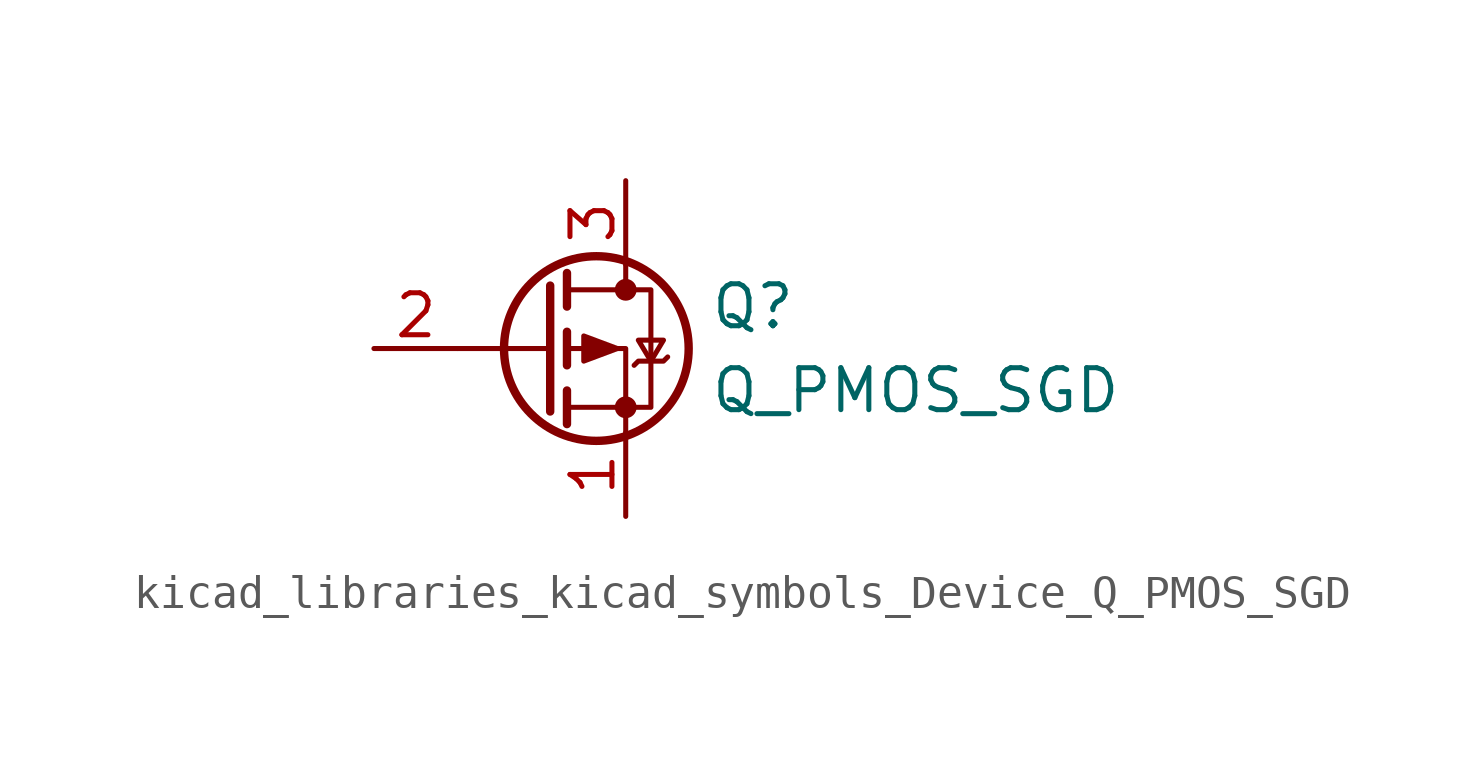
<source format=kicad_sym>
(kicad_symbol_lib
  (version 20220914)
  (generator kicad_symbol_editor)
  (symbol "kicad_libraries_kicad_symbols_Device_Q_PMOS_SGD"
    (pin_names
      (offset 0) hide)
    (property "Reference" "Q"
      (at 5.08 1.27 0)
      (effects (font (size 1.27 1.27)) (justify left)))
    (property "Value" "Q_PMOS_SGD"
      (at 5.08 -1.27 0)
      (effects (font (size 1.27 1.27)) (justify left)))
    (symbol "kicad_libraries_kicad_symbols_Device_Q_PMOS_SGD_0_1"
      (polyline (pts (xy 0.254 0) (xy -2.54 0)) (stroke (width 0) (type default)) (fill (type none)))
      (polyline (pts (xy 0.254 1.905) (xy 0.254 -1.905)) (stroke (width 0.254) (type default)) (fill (type none)))
      (polyline (pts (xy 0.762 -1.27) (xy 0.762 -2.286)) (stroke (width 0.254) (type default)) (fill (type none)))
      (polyline (pts (xy 0.762 0.508) (xy 0.762 -0.508)) (stroke (width 0.254) (type default)) (fill (type none)))
      (polyline (pts (xy 0.762 2.286) (xy 0.762 1.27)) (stroke (width 0.254) (type default)) (fill (type none)))
      (polyline (pts (xy 2.54 2.54) (xy 2.54 1.778)) (stroke (width 0) (type default)) (fill (type none)))
      (polyline (pts (xy 2.54 -2.54) (xy 2.54 0) (xy 0.762 0)) (stroke (width 0) (type default)) (fill (type none)))
      (polyline (pts (xy 0.762 1.778) (xy 3.302 1.778) (xy 3.302 -1.778) (xy 0.762 -1.778)) (stroke (width 0) (type default)) (fill (type none)))
      (polyline (pts (xy 2.286 0) (xy 1.27 0.381) (xy 1.27 -0.381) (xy 2.286 0)) (stroke (width 0) (type default)) (fill (type outline)))
      (polyline (pts (xy 2.794 -0.508) (xy 2.921 -0.381) (xy 3.683 -0.381) (xy 3.81 -0.254)) (stroke (width 0) (type default)) (fill (type none)))
      (polyline (pts (xy 3.302 -0.381) (xy 2.921 0.254) (xy 3.683 0.254) (xy 3.302 -0.381)) (stroke (width 0) (type default)) (fill (type none)))
      (circle (center 1.651 0) (radius 2.794) (stroke (width 0.254) (type default)) (fill (type none)))
      (circle (center 2.54 -1.778) (radius 0.254) (stroke (width 0) (type default)) (fill (type outline)))
      (circle (center 2.54 1.778) (radius 0.254) (stroke (width 0) (type default)) (fill (type outline))))
    (symbol "kicad_libraries_kicad_symbols_Device_Q_PMOS_SGD_1_1"
      (pin passive line (at 2.54 -5.08 90) (length 2.54) (name "S" (effects (font (size 1.27 1.27)))) (number "1" (effects (font (size 1.27 1.27)))))
      (pin input line (at -5.08 0 0) (length 2.54) (name "G" (effects (font (size 1.27 1.27)))) (number "2" (effects (font (size 1.27 1.27)))))
      (pin passive line (at 2.54 5.08 270) (length 2.54) (name "D" (effects (font (size 1.27 1.27)))) (number "3" (effects (font (size 1.27 1.27))))))))
</source>
